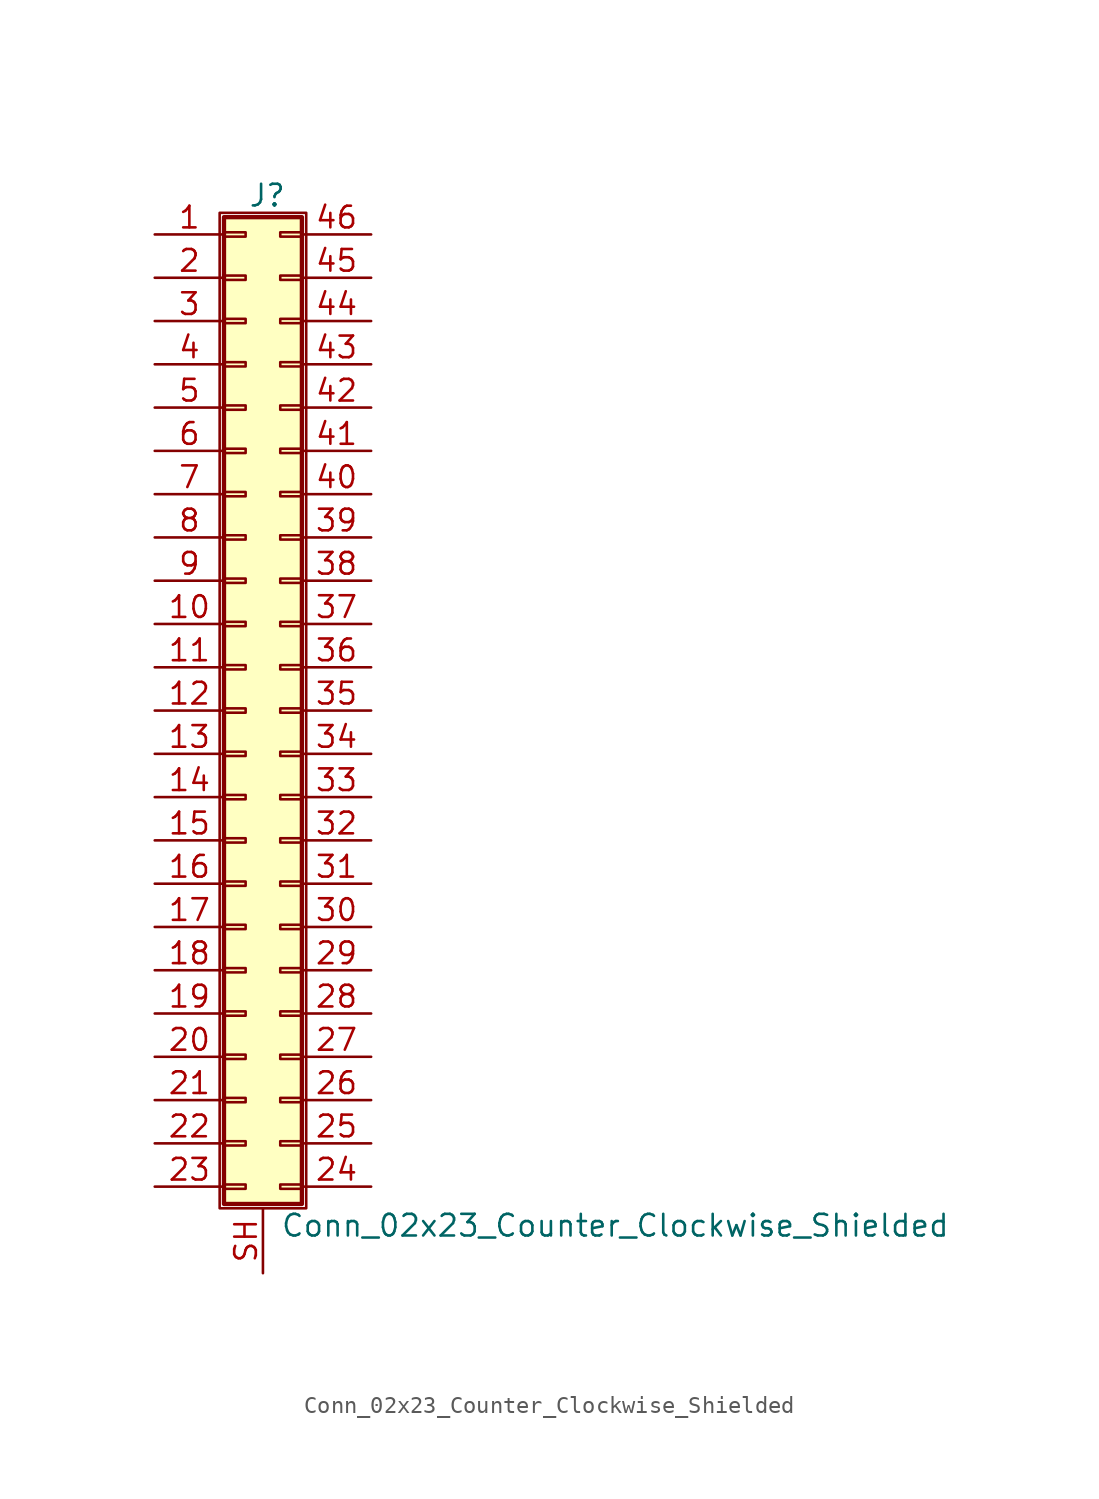
<source format=kicad_sym>
(kicad_symbol_lib
  (version 20211014)
  (generator kicad_symbol_editor)
  (symbol "Conn_02x23_Counter_Clockwise_Shielded"
    (pin_names
      (offset 1.016) hide)
    (property "Reference" "J"
      (at 1.524 30.226 0)
      (effects (font (size 1.27 1.27))))
    (property "Value" "Conn_02x23_Counter_Clockwise_Shielded"
      (at 2.286 -30.226 0)
      (effects (font (size 1.27 1.27)) (justify left)))
    (symbol "Conn_02x23_Counter_Clockwise_Shielded_1_1"
      (rectangle (start -1.27 29.21) (end 3.81 -29.21) (stroke (width 0.152) (type default) (color 0 0 0 0)) (fill (type none)))
      (rectangle (start -1.016 -27.813) (end 0.254 -28.067) (stroke (width 0.152) (type default) (color 0 0 0 0)) (fill (type none)))
      (rectangle (start -1.016 -25.273) (end 0.254 -25.527) (stroke (width 0.152) (type default) (color 0 0 0 0)) (fill (type none)))
      (rectangle (start -1.016 -22.733) (end 0.254 -22.987) (stroke (width 0.152) (type default) (color 0 0 0 0)) (fill (type none)))
      (rectangle (start -1.016 -20.193) (end 0.254 -20.447) (stroke (width 0.152) (type default) (color 0 0 0 0)) (fill (type none)))
      (rectangle (start -1.016 -17.653) (end 0.254 -17.907) (stroke (width 0.152) (type default) (color 0 0 0 0)) (fill (type none)))
      (rectangle (start -1.016 -15.113) (end 0.254 -15.367) (stroke (width 0.152) (type default) (color 0 0 0 0)) (fill (type none)))
      (rectangle (start -1.016 -12.573) (end 0.254 -12.827) (stroke (width 0.152) (type default) (color 0 0 0 0)) (fill (type none)))
      (rectangle (start -1.016 -10.033) (end 0.254 -10.287) (stroke (width 0.152) (type default) (color 0 0 0 0)) (fill (type none)))
      (rectangle (start -1.016 -7.493) (end 0.254 -7.747) (stroke (width 0.152) (type default) (color 0 0 0 0)) (fill (type none)))
      (rectangle (start -1.016 -4.953) (end 0.254 -5.207) (stroke (width 0.152) (type default) (color 0 0 0 0)) (fill (type none)))
      (rectangle (start -1.016 -2.413) (end 0.254 -2.667) (stroke (width 0.152) (type default) (color 0 0 0 0)) (fill (type none)))
      (rectangle (start -1.016 0.127) (end 0.254 -0.127) (stroke (width 0.152) (type default) (color 0 0 0 0)) (fill (type none)))
      (rectangle (start -1.016 2.667) (end 0.254 2.413) (stroke (width 0.152) (type default) (color 0 0 0 0)) (fill (type none)))
      (rectangle (start -1.016 5.207) (end 0.254 4.953) (stroke (width 0.152) (type default) (color 0 0 0 0)) (fill (type none)))
      (rectangle (start -1.016 7.747) (end 0.254 7.493) (stroke (width 0.152) (type default) (color 0 0 0 0)) (fill (type none)))
      (rectangle (start -1.016 10.287) (end 0.254 10.033) (stroke (width 0.152) (type default) (color 0 0 0 0)) (fill (type none)))
      (rectangle (start -1.016 12.827) (end 0.254 12.573) (stroke (width 0.152) (type default) (color 0 0 0 0)) (fill (type none)))
      (rectangle (start -1.016 15.367) (end 0.254 15.113) (stroke (width 0.152) (type default) (color 0 0 0 0)) (fill (type none)))
      (rectangle (start -1.016 17.907) (end 0.254 17.653) (stroke (width 0.152) (type default) (color 0 0 0 0)) (fill (type none)))
      (rectangle (start -1.016 20.447) (end 0.254 20.193) (stroke (width 0.152) (type default) (color 0 0 0 0)) (fill (type none)))
      (rectangle (start -1.016 22.987) (end 0.254 22.733) (stroke (width 0.152) (type default) (color 0 0 0 0)) (fill (type none)))
      (rectangle (start -1.016 25.527) (end 0.254 25.273) (stroke (width 0.152) (type default) (color 0 0 0 0)) (fill (type none)))
      (rectangle (start -1.016 28.067) (end 0.254 27.813) (stroke (width 0.152) (type default) (color 0 0 0 0)) (fill (type none)))
      (rectangle (start -1.016 28.956) (end 3.556 -28.956) (stroke (width 0.254) (type default) (color 0 0 0 0)) (fill (type background)))
      (rectangle (start 3.556 -27.813) (end 2.286 -28.067) (stroke (width 0.152) (type default) (color 0 0 0 0)) (fill (type none)))
      (rectangle (start 3.556 -25.273) (end 2.286 -25.527) (stroke (width 0.152) (type default) (color 0 0 0 0)) (fill (type none)))
      (rectangle (start 3.556 -22.733) (end 2.286 -22.987) (stroke (width 0.152) (type default) (color 0 0 0 0)) (fill (type none)))
      (rectangle (start 3.556 -20.193) (end 2.286 -20.447) (stroke (width 0.152) (type default) (color 0 0 0 0)) (fill (type none)))
      (rectangle (start 3.556 -17.653) (end 2.286 -17.907) (stroke (width 0.152) (type default) (color 0 0 0 0)) (fill (type none)))
      (rectangle (start 3.556 -15.113) (end 2.286 -15.367) (stroke (width 0.152) (type default) (color 0 0 0 0)) (fill (type none)))
      (rectangle (start 3.556 -12.573) (end 2.286 -12.827) (stroke (width 0.152) (type default) (color 0 0 0 0)) (fill (type none)))
      (rectangle (start 3.556 -10.033) (end 2.286 -10.287) (stroke (width 0.152) (type default) (color 0 0 0 0)) (fill (type none)))
      (rectangle (start 3.556 -7.493) (end 2.286 -7.747) (stroke (width 0.152) (type default) (color 0 0 0 0)) (fill (type none)))
      (rectangle (start 3.556 -4.953) (end 2.286 -5.207) (stroke (width 0.152) (type default) (color 0 0 0 0)) (fill (type none)))
      (rectangle (start 3.556 -2.413) (end 2.286 -2.667) (stroke (width 0.152) (type default) (color 0 0 0 0)) (fill (type none)))
      (rectangle (start 3.556 0.127) (end 2.286 -0.127) (stroke (width 0.152) (type default) (color 0 0 0 0)) (fill (type none)))
      (rectangle (start 3.556 2.667) (end 2.286 2.413) (stroke (width 0.152) (type default) (color 0 0 0 0)) (fill (type none)))
      (rectangle (start 3.556 5.207) (end 2.286 4.953) (stroke (width 0.152) (type default) (color 0 0 0 0)) (fill (type none)))
      (rectangle (start 3.556 7.747) (end 2.286 7.493) (stroke (width 0.152) (type default) (color 0 0 0 0)) (fill (type none)))
      (rectangle (start 3.556 10.287) (end 2.286 10.033) (stroke (width 0.152) (type default) (color 0 0 0 0)) (fill (type none)))
      (rectangle (start 3.556 12.827) (end 2.286 12.573) (stroke (width 0.152) (type default) (color 0 0 0 0)) (fill (type none)))
      (rectangle (start 3.556 15.367) (end 2.286 15.113) (stroke (width 0.152) (type default) (color 0 0 0 0)) (fill (type none)))
      (rectangle (start 3.556 17.907) (end 2.286 17.653) (stroke (width 0.152) (type default) (color 0 0 0 0)) (fill (type none)))
      (rectangle (start 3.556 20.447) (end 2.286 20.193) (stroke (width 0.152) (type default) (color 0 0 0 0)) (fill (type none)))
      (rectangle (start 3.556 22.987) (end 2.286 22.733) (stroke (width 0.152) (type default) (color 0 0 0 0)) (fill (type none)))
      (rectangle (start 3.556 25.527) (end 2.286 25.273) (stroke (width 0.152) (type default) (color 0 0 0 0)) (fill (type none)))
      (rectangle (start 3.556 28.067) (end 2.286 27.813) (stroke (width 0.152) (type default) (color 0 0 0 0)) (fill (type none)))
      (pin passive line (at -5.08 27.94 0) (length 4.064) (name "Pin_1" (effects (font (size 1.27 1.27)))) (number "1" (effects (font (size 1.27 1.27)))))
      (pin passive line (at -5.08 5.08 0) (length 4.064) (name "Pin_10" (effects (font (size 1.27 1.27)))) (number "10" (effects (font (size 1.27 1.27)))))
      (pin passive line (at -5.08 2.54 0) (length 4.064) (name "Pin_11" (effects (font (size 1.27 1.27)))) (number "11" (effects (font (size 1.27 1.27)))))
      (pin passive line (at -5.08 0 0) (length 4.064) (name "Pin_12" (effects (font (size 1.27 1.27)))) (number "12" (effects (font (size 1.27 1.27)))))
      (pin passive line (at -5.08 -2.54 0) (length 4.064) (name "Pin_13" (effects (font (size 1.27 1.27)))) (number "13" (effects (font (size 1.27 1.27)))))
      (pin passive line (at -5.08 -5.08 0) (length 4.064) (name "Pin_14" (effects (font (size 1.27 1.27)))) (number "14" (effects (font (size 1.27 1.27)))))
      (pin passive line (at -5.08 -7.62 0) (length 4.064) (name "Pin_15" (effects (font (size 1.27 1.27)))) (number "15" (effects (font (size 1.27 1.27)))))
      (pin passive line (at -5.08 -10.16 0) (length 4.064) (name "Pin_16" (effects (font (size 1.27 1.27)))) (number "16" (effects (font (size 1.27 1.27)))))
      (pin passive line (at -5.08 -12.7 0) (length 4.064) (name "Pin_17" (effects (font (size 1.27 1.27)))) (number "17" (effects (font (size 1.27 1.27)))))
      (pin passive line (at -5.08 -15.24 0) (length 4.064) (name "Pin_18" (effects (font (size 1.27 1.27)))) (number "18" (effects (font (size 1.27 1.27)))))
      (pin passive line (at -5.08 -17.78 0) (length 4.064) (name "Pin_19" (effects (font (size 1.27 1.27)))) (number "19" (effects (font (size 1.27 1.27)))))
      (pin passive line (at -5.08 25.4 0) (length 4.064) (name "Pin_2" (effects (font (size 1.27 1.27)))) (number "2" (effects (font (size 1.27 1.27)))))
      (pin passive line (at -5.08 -20.32 0) (length 4.064) (name "Pin_20" (effects (font (size 1.27 1.27)))) (number "20" (effects (font (size 1.27 1.27)))))
      (pin passive line (at -5.08 -22.86 0) (length 4.064) (name "Pin_21" (effects (font (size 1.27 1.27)))) (number "21" (effects (font (size 1.27 1.27)))))
      (pin passive line (at -5.08 -25.4 0) (length 4.064) (name "Pin_22" (effects (font (size 1.27 1.27)))) (number "22" (effects (font (size 1.27 1.27)))))
      (pin passive line (at -5.08 -27.94 0) (length 4.064) (name "Pin_23" (effects (font (size 1.27 1.27)))) (number "23" (effects (font (size 1.27 1.27)))))
      (pin passive line (at 7.62 -27.94 180) (length 4.064) (name "Pin_24" (effects (font (size 1.27 1.27)))) (number "24" (effects (font (size 1.27 1.27)))))
      (pin passive line (at 7.62 -25.4 180) (length 4.064) (name "Pin_25" (effects (font (size 1.27 1.27)))) (number "25" (effects (font (size 1.27 1.27)))))
      (pin passive line (at 7.62 -22.86 180) (length 4.064) (name "Pin_26" (effects (font (size 1.27 1.27)))) (number "26" (effects (font (size 1.27 1.27)))))
      (pin passive line (at 7.62 -20.32 180) (length 4.064) (name "Pin_27" (effects (font (size 1.27 1.27)))) (number "27" (effects (font (size 1.27 1.27)))))
      (pin passive line (at 7.62 -17.78 180) (length 4.064) (name "Pin_28" (effects (font (size 1.27 1.27)))) (number "28" (effects (font (size 1.27 1.27)))))
      (pin passive line (at 7.62 -15.24 180) (length 4.064) (name "Pin_29" (effects (font (size 1.27 1.27)))) (number "29" (effects (font (size 1.27 1.27)))))
      (pin passive line (at -5.08 22.86 0) (length 4.064) (name "Pin_3" (effects (font (size 1.27 1.27)))) (number "3" (effects (font (size 1.27 1.27)))))
      (pin passive line (at 7.62 -12.7 180) (length 4.064) (name "Pin_30" (effects (font (size 1.27 1.27)))) (number "30" (effects (font (size 1.27 1.27)))))
      (pin passive line (at 7.62 -10.16 180) (length 4.064) (name "Pin_31" (effects (font (size 1.27 1.27)))) (number "31" (effects (font (size 1.27 1.27)))))
      (pin passive line (at 7.62 -7.62 180) (length 4.064) (name "Pin_32" (effects (font (size 1.27 1.27)))) (number "32" (effects (font (size 1.27 1.27)))))
      (pin passive line (at 7.62 -5.08 180) (length 4.064) (name "Pin_33" (effects (font (size 1.27 1.27)))) (number "33" (effects (font (size 1.27 1.27)))))
      (pin passive line (at 7.62 -2.54 180) (length 4.064) (name "Pin_34" (effects (font (size 1.27 1.27)))) (number "34" (effects (font (size 1.27 1.27)))))
      (pin passive line (at 7.62 0 180) (length 4.064) (name "Pin_35" (effects (font (size 1.27 1.27)))) (number "35" (effects (font (size 1.27 1.27)))))
      (pin passive line (at 7.62 2.54 180) (length 4.064) (name "Pin_36" (effects (font (size 1.27 1.27)))) (number "36" (effects (font (size 1.27 1.27)))))
      (pin passive line (at 7.62 5.08 180) (length 4.064) (name "Pin_37" (effects (font (size 1.27 1.27)))) (number "37" (effects (font (size 1.27 1.27)))))
      (pin passive line (at 7.62 7.62 180) (length 4.064) (name "Pin_38" (effects (font (size 1.27 1.27)))) (number "38" (effects (font (size 1.27 1.27)))))
      (pin passive line (at 7.62 10.16 180) (length 4.064) (name "Pin_39" (effects (font (size 1.27 1.27)))) (number "39" (effects (font (size 1.27 1.27)))))
      (pin passive line (at -5.08 20.32 0) (length 4.064) (name "Pin_4" (effects (font (size 1.27 1.27)))) (number "4" (effects (font (size 1.27 1.27)))))
      (pin passive line (at 7.62 12.7 180) (length 4.064) (name "Pin_40" (effects (font (size 1.27 1.27)))) (number "40" (effects (font (size 1.27 1.27)))))
      (pin passive line (at 7.62 15.24 180) (length 4.064) (name "Pin_41" (effects (font (size 1.27 1.27)))) (number "41" (effects (font (size 1.27 1.27)))))
      (pin passive line (at 7.62 17.78 180) (length 4.064) (name "Pin_42" (effects (font (size 1.27 1.27)))) (number "42" (effects (font (size 1.27 1.27)))))
      (pin passive line (at 7.62 20.32 180) (length 4.064) (name "Pin_43" (effects (font (size 1.27 1.27)))) (number "43" (effects (font (size 1.27 1.27)))))
      (pin passive line (at 7.62 22.86 180) (length 4.064) (name "Pin_44" (effects (font (size 1.27 1.27)))) (number "44" (effects (font (size 1.27 1.27)))))
      (pin passive line (at 7.62 25.4 180) (length 4.064) (name "Pin_45" (effects (font (size 1.27 1.27)))) (number "45" (effects (font (size 1.27 1.27)))))
      (pin passive line (at 7.62 27.94 180) (length 4.064) (name "Pin_46" (effects (font (size 1.27 1.27)))) (number "46" (effects (font (size 1.27 1.27)))))
      (pin passive line (at -5.08 17.78 0) (length 4.064) (name "Pin_5" (effects (font (size 1.27 1.27)))) (number "5" (effects (font (size 1.27 1.27)))))
      (pin passive line (at -5.08 15.24 0) (length 4.064) (name "Pin_6" (effects (font (size 1.27 1.27)))) (number "6" (effects (font (size 1.27 1.27)))))
      (pin passive line (at -5.08 12.7 0) (length 4.064) (name "Pin_7" (effects (font (size 1.27 1.27)))) (number "7" (effects (font (size 1.27 1.27)))))
      (pin passive line (at -5.08 10.16 0) (length 4.064) (name "Pin_8" (effects (font (size 1.27 1.27)))) (number "8" (effects (font (size 1.27 1.27)))))
      (pin passive line (at -5.08 7.62 0) (length 4.064) (name "Pin_9" (effects (font (size 1.27 1.27)))) (number "9" (effects (font (size 1.27 1.27)))))
      (pin passive line (at 1.27 -33.02 90) (length 3.81) (name "Shield" (effects (font (size 1.27 1.27)))) (number "SH" (effects (font (size 1.27 1.27))))))))
</source>
